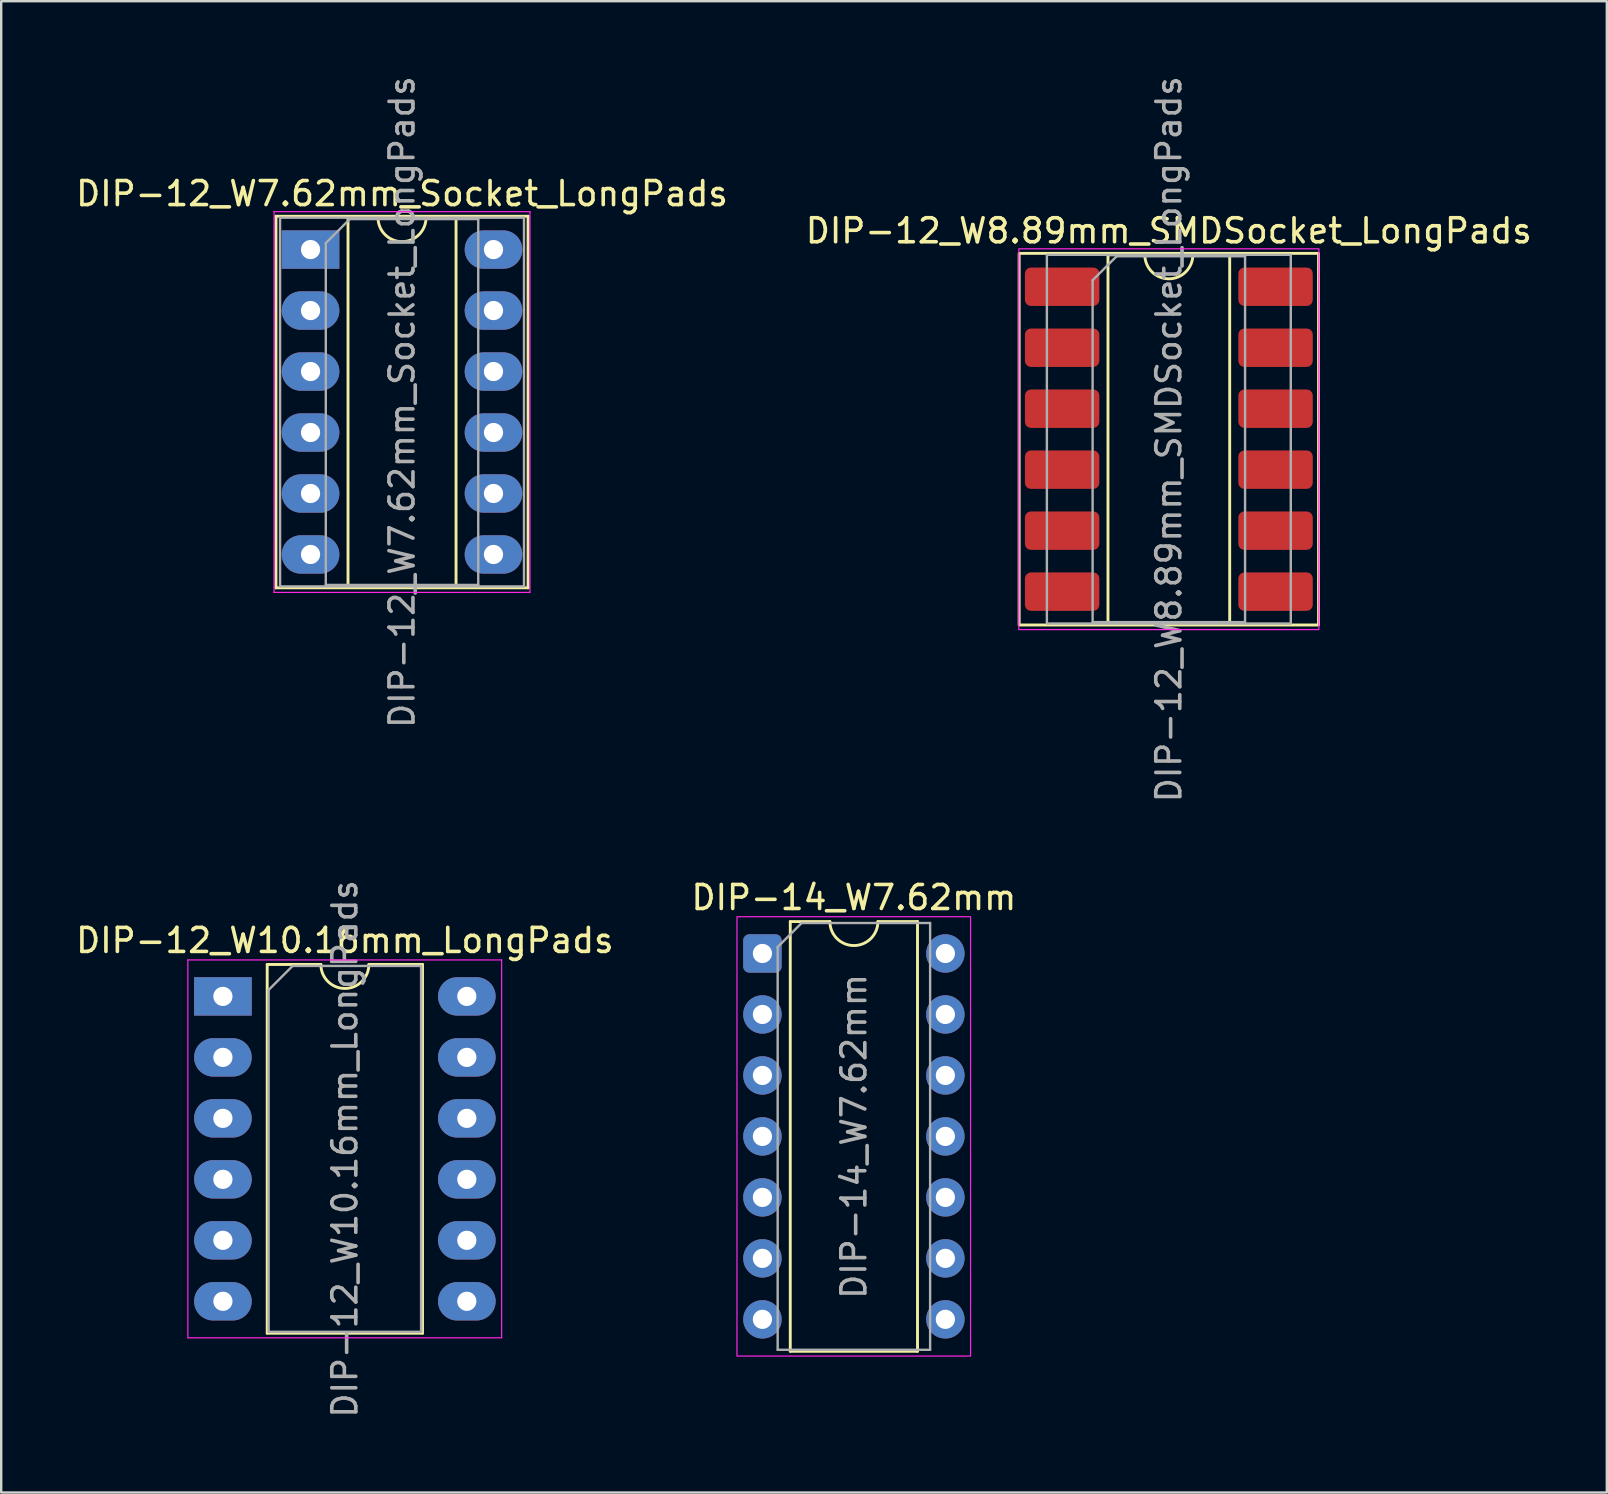
<source format=kicad_pcb>
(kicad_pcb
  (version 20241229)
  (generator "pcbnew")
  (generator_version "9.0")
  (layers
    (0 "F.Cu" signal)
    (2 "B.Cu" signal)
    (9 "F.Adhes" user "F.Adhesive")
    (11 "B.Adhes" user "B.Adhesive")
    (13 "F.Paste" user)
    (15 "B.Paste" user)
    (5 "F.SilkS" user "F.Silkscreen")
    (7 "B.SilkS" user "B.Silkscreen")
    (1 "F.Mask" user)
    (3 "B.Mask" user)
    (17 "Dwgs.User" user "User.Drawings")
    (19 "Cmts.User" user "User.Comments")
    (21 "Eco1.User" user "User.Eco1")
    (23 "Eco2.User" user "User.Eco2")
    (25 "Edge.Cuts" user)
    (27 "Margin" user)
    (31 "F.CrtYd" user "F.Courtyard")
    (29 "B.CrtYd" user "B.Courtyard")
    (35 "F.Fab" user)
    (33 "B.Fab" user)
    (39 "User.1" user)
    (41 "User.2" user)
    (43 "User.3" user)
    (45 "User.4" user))
  (footprint "DIP-12_W10.16mm_LongPads"
    (layer "F.Cu")
    (at 6.235 38.454)
    (property "Reference" "DIP-12_W10.16mm_LongPads" (at 5.08 -2.33 0) (layer "F.SilkS") (effects (font (size 1 1) (thickness 0.15))))
    (attr through_hole)
    (fp_line (start 1.845 -1.33) (end 1.845 14.03) (stroke (width 0.12) (type solid)) (layer "F.SilkS"))
    (fp_line (start 1.845 14.03) (end 8.315 14.03) (stroke (width 0.12) (type solid)) (layer "F.SilkS"))
    (fp_line (start 4.08 -1.33) (end 1.845 -1.33) (stroke (width 0.12) (type solid)) (layer "F.SilkS"))
    (fp_line (start 8.315 -1.33) (end 6.08 -1.33) (stroke (width 0.12) (type solid)) (layer "F.SilkS"))
    (fp_line (start 8.315 14.03) (end 8.315 -1.33) (stroke (width 0.12) (type solid)) (layer "F.SilkS"))
    (fp_arc (start 6.08 -1.33) (mid 5.08 -0.33) (end 4.08 -1.33) (stroke (width 0.12) (type solid)) (layer "F.SilkS"))
    (fp_line (start -1.46 -1.52) (end -1.46 14.22) (stroke (width 0.05) (type solid)) (layer "F.CrtYd"))
    (fp_line (start -1.46 14.22) (end 11.61 14.22) (stroke (width 0.05) (type solid)) (layer "F.CrtYd"))
    (fp_line (start 11.61 -1.52) (end -1.46 -1.52) (stroke (width 0.05) (type solid)) (layer "F.CrtYd"))
    (fp_line (start 11.61 14.22) (end 11.61 -1.52) (stroke (width 0.05) (type solid)) (layer "F.CrtYd"))
    (fp_line (start 1.905 -0.27) (end 2.905 -1.27) (stroke (width 0.1) (type solid)) (layer "F.Fab"))
    (fp_line (start 1.905 13.97) (end 1.905 -0.27) (stroke (width 0.1) (type solid)) (layer "F.Fab"))
    (fp_line (start 2.905 -1.27) (end 8.255 -1.27) (stroke (width 0.1) (type solid)) (layer "F.Fab"))
    (fp_line (start 8.255 -1.27) (end 8.255 13.97) (stroke (width 0.1) (type solid)) (layer "F.Fab"))
    (fp_line (start 8.255 13.97) (end 1.905 13.97) (stroke (width 0.1) (type solid)) (layer "F.Fab"))
    (fp_text user "${REFERENCE}" (at 5.08 6.35 90) (layer "F.Fab") (effects (font (size 1 1) (thickness 0.15))))
    (pad "1" thru_hole rect (at 0 0) (size 2.4 1.6) (drill 0.8) (layers "*.Cu" "*.Mask"))
    (pad "2" thru_hole oval (at 0 2.54) (size 2.4 1.6) (drill 0.8) (layers "*.Cu" "*.Mask"))
    (pad "3" thru_hole oval (at 0 5.08) (size 2.4 1.6) (drill 0.8) (layers "*.Cu" "*.Mask"))
    (pad "4" thru_hole oval (at 0 7.62) (size 2.4 1.6) (drill 0.8) (layers "*.Cu" "*.Mask"))
    (pad "5" thru_hole oval (at 0 10.16) (size 2.4 1.6) (drill 0.8) (layers "*.Cu" "*.Mask"))
    (pad "6" thru_hole oval (at 0 12.7) (size 2.4 1.6) (drill 0.8) (layers "*.Cu" "*.Mask"))
    (pad "7" thru_hole oval (at 10.16 12.7) (size 2.4 1.6) (drill 0.8) (layers "*.Cu" "*.Mask"))
    (pad "8" thru_hole oval (at 10.16 10.16) (size 2.4 1.6) (drill 0.8) (layers "*.Cu" "*.Mask"))
    (pad "9" thru_hole oval (at 10.16 7.62) (size 2.4 1.6) (drill 0.8) (layers "*.Cu" "*.Mask"))
    (pad "10" thru_hole oval (at 10.16 5.08) (size 2.4 1.6) (drill 0.8) (layers "*.Cu" "*.Mask"))
    (pad "11" thru_hole oval (at 10.16 2.54) (size 2.4 1.6) (drill 0.8) (layers "*.Cu" "*.Mask"))
    (pad "12" thru_hole oval (at 10.16 0) (size 2.4 1.6) (drill 0.8) (layers "*.Cu" "*.Mask")))
  (footprint "DIP-12_W8.89mm_SMDSocket_LongPads"
    (layer "F.Cu")
    (at 45.637 15.244)
    (property "Reference" "DIP-12_W8.89mm_SMDSocket_LongPads" (at 0 -8.68 0) (layer "F.SilkS") (effects (font (size 1 1) (thickness 0.15))))
    (attr smd)
    (fp_line (start -2.535 -7.68) (end -2.535 7.68) (stroke (width 0.12) (type solid)) (layer "F.SilkS"))
    (fp_line (start -2.535 7.68) (end 2.535 7.68) (stroke (width 0.12) (type solid)) (layer "F.SilkS"))
    (fp_line (start -1 -7.68) (end -2.535 -7.68) (stroke (width 0.12) (type solid)) (layer "F.SilkS"))
    (fp_line (start 2.535 -7.68) (end 1 -7.68) (stroke (width 0.12) (type solid)) (layer "F.SilkS"))
    (fp_line (start 2.535 7.68) (end 2.535 -7.68) (stroke (width 0.12) (type solid)) (layer "F.SilkS"))
    (fp_rect (start -6.235 -7.74) (end 6.235 7.74) (stroke (width 0.12) (type solid)) (fill no) (layer "F.SilkS"))
    (fp_arc (start 1 -7.68) (mid 0 -6.68) (end -1 -7.68) (stroke (width 0.12) (type solid)) (layer "F.SilkS"))
    (fp_rect (start -6.25 -7.93) (end 6.25 7.93) (stroke (width 0.05) (type solid)) (fill no) (layer "F.CrtYd"))
    (fp_line (start -3.175 -6.62) (end -2.175 -7.62) (stroke (width 0.1) (type solid)) (layer "F.Fab"))
    (fp_line (start -3.175 7.62) (end -3.175 -6.62) (stroke (width 0.1) (type solid)) (layer "F.Fab"))
    (fp_line (start -2.175 -7.62) (end 3.175 -7.62) (stroke (width 0.1) (type solid)) (layer "F.Fab"))
    (fp_line (start 3.175 -7.62) (end 3.175 7.62) (stroke (width 0.1) (type solid)) (layer "F.Fab"))
    (fp_line (start 3.175 7.62) (end -3.175 7.62) (stroke (width 0.1) (type solid)) (layer "F.Fab"))
    (fp_rect (start -5.08 -7.68) (end 5.08 7.68) (stroke (width 0.1) (type solid)) (fill no) (layer "F.Fab"))
    (fp_text user "${REFERENCE}" (at 0 0 90) (layer "F.Fab") (effects (font (size 1 1) (thickness 0.15))))
    (pad "1" smd roundrect (at -4.445 -6.35) (size 3.1 1.6) (layers "F.Cu" "F.Mask" "F.Paste") (roundrect_rratio 0.156))
    (pad "2" smd roundrect (at -4.445 -3.81) (size 3.1 1.6) (layers "F.Cu" "F.Mask" "F.Paste") (roundrect_rratio 0.156))
    (pad "3" smd roundrect (at -4.445 -1.27) (size 3.1 1.6) (layers "F.Cu" "F.Mask" "F.Paste") (roundrect_rratio 0.156))
    (pad "4" smd roundrect (at -4.445 1.27) (size 3.1 1.6) (layers "F.Cu" "F.Mask" "F.Paste") (roundrect_rratio 0.156))
    (pad "5" smd roundrect (at -4.445 3.81) (size 3.1 1.6) (layers "F.Cu" "F.Mask" "F.Paste") (roundrect_rratio 0.156))
    (pad "6" smd roundrect (at -4.445 6.35) (size 3.1 1.6) (layers "F.Cu" "F.Mask" "F.Paste") (roundrect_rratio 0.156))
    (pad "7" smd roundrect (at 4.445 6.35) (size 3.1 1.6) (layers "F.Cu" "F.Mask" "F.Paste") (roundrect_rratio 0.156))
    (pad "8" smd roundrect (at 4.445 3.81) (size 3.1 1.6) (layers "F.Cu" "F.Mask" "F.Paste") (roundrect_rratio 0.156))
    (pad "9" smd roundrect (at 4.445 1.27) (size 3.1 1.6) (layers "F.Cu" "F.Mask" "F.Paste") (roundrect_rratio 0.156))
    (pad "10" smd roundrect (at 4.445 -1.27) (size 3.1 1.6) (layers "F.Cu" "F.Mask" "F.Paste") (roundrect_rratio 0.156))
    (pad "11" smd roundrect (at 4.445 -3.81) (size 3.1 1.6) (layers "F.Cu" "F.Mask" "F.Paste") (roundrect_rratio 0.156))
    (pad "12" smd roundrect (at 4.445 -6.35) (size 3.1 1.6) (layers "F.Cu" "F.Mask" "F.Paste") (roundrect_rratio 0.156)))
  (footprint "DIP-12_W7.62mm_Socket_LongPads"
    (layer "F.Cu")
    (at 9.886 7.346)
    (property "Reference" "DIP-12_W7.62mm_Socket_LongPads" (at 3.81 -2.33 0) (layer "F.SilkS") (effects (font (size 1 1) (thickness 0.15))))
    (attr through_hole)
    (fp_line (start -1.44 -1.39) (end -1.44 14.09) (stroke (width 0.12) (type solid)) (layer "F.SilkS"))
    (fp_line (start -1.44 14.09) (end 9.06 14.09) (stroke (width 0.12) (type solid)) (layer "F.SilkS"))
    (fp_line (start 1.56 -1.33) (end 1.56 14.03) (stroke (width 0.12) (type solid)) (layer "F.SilkS"))
    (fp_line (start 1.56 14.03) (end 6.06 14.03) (stroke (width 0.12) (type solid)) (layer "F.SilkS"))
    (fp_line (start 2.81 -1.33) (end 1.56 -1.33) (stroke (width 0.12) (type solid)) (layer "F.SilkS"))
    (fp_line (start 6.06 -1.33) (end 4.81 -1.33) (stroke (width 0.12) (type solid)) (layer "F.SilkS"))
    (fp_line (start 6.06 14.03) (end 6.06 -1.33) (stroke (width 0.12) (type solid)) (layer "F.SilkS"))
    (fp_line (start 9.06 -1.39) (end -1.44 -1.39) (stroke (width 0.12) (type solid)) (layer "F.SilkS"))
    (fp_line (start 9.06 14.09) (end 9.06 -1.39) (stroke (width 0.12) (type solid)) (layer "F.SilkS"))
    (fp_arc (start 4.81 -1.33) (mid 3.81 -0.33) (end 2.81 -1.33) (stroke (width 0.12) (type solid)) (layer "F.SilkS"))
    (fp_line (start -1.52 -1.58) (end -1.52 14.28) (stroke (width 0.05) (type solid)) (layer "F.CrtYd"))
    (fp_line (start -1.52 14.28) (end 9.14 14.28) (stroke (width 0.05) (type solid)) (layer "F.CrtYd"))
    (fp_line (start 9.14 -1.58) (end -1.52 -1.58) (stroke (width 0.05) (type solid)) (layer "F.CrtYd"))
    (fp_line (start 9.14 14.28) (end 9.14 -1.58) (stroke (width 0.05) (type solid)) (layer "F.CrtYd"))
    (fp_line (start -1.27 -1.33) (end -1.27 14.03) (stroke (width 0.1) (type solid)) (layer "F.Fab"))
    (fp_line (start -1.27 14.03) (end 8.89 14.03) (stroke (width 0.1) (type solid)) (layer "F.Fab"))
    (fp_line (start 0.635 -0.27) (end 1.635 -1.27) (stroke (width 0.1) (type solid)) (layer "F.Fab"))
    (fp_line (start 0.635 13.97) (end 0.635 -0.27) (stroke (width 0.1) (type solid)) (layer "F.Fab"))
    (fp_line (start 1.635 -1.27) (end 6.985 -1.27) (stroke (width 0.1) (type solid)) (layer "F.Fab"))
    (fp_line (start 6.985 -1.27) (end 6.985 13.97) (stroke (width 0.1) (type solid)) (layer "F.Fab"))
    (fp_line (start 6.985 13.97) (end 0.635 13.97) (stroke (width 0.1) (type solid)) (layer "F.Fab"))
    (fp_line (start 8.89 -1.33) (end -1.27 -1.33) (stroke (width 0.1) (type solid)) (layer "F.Fab"))
    (fp_line (start 8.89 14.03) (end 8.89 -1.33) (stroke (width 0.1) (type solid)) (layer "F.Fab"))
    (fp_text user "${REFERENCE}" (at 3.81 6.35 90) (layer "F.Fab") (effects (font (size 1 1) (thickness 0.15))))
    (pad "1" thru_hole rect (at 0 0) (size 2.4 1.6) (drill 0.8) (layers "*.Cu" "*.Mask"))
    (pad "2" thru_hole oval (at 0 2.54) (size 2.4 1.6) (drill 0.8) (layers "*.Cu" "*.Mask"))
    (pad "3" thru_hole oval (at 0 5.08) (size 2.4 1.6) (drill 0.8) (layers "*.Cu" "*.Mask"))
    (pad "4" thru_hole oval (at 0 7.62) (size 2.4 1.6) (drill 0.8) (layers "*.Cu" "*.Mask"))
    (pad "5" thru_hole oval (at 0 10.16) (size 2.4 1.6) (drill 0.8) (layers "*.Cu" "*.Mask"))
    (pad "6" thru_hole oval (at 0 12.7) (size 2.4 1.6) (drill 0.8) (layers "*.Cu" "*.Mask"))
    (pad "7" thru_hole oval (at 7.62 12.7) (size 2.4 1.6) (drill 0.8) (layers "*.Cu" "*.Mask"))
    (pad "8" thru_hole oval (at 7.62 10.16) (size 2.4 1.6) (drill 0.8) (layers "*.Cu" "*.Mask"))
    (pad "9" thru_hole oval (at 7.62 7.62) (size 2.4 1.6) (drill 0.8) (layers "*.Cu" "*.Mask"))
    (pad "10" thru_hole oval (at 7.62 5.08) (size 2.4 1.6) (drill 0.8) (layers "*.Cu" "*.Mask"))
    (pad "11" thru_hole oval (at 7.62 2.54) (size 2.4 1.6) (drill 0.8) (layers "*.Cu" "*.Mask"))
    (pad "12" thru_hole oval (at 7.62 0) (size 2.4 1.6) (drill 0.8) (layers "*.Cu" "*.Mask")))
  (footprint "DIP-14_W7.62mm"
    (layer "F.Cu")
    (at 28.708 36.666)
    (property "Reference" "DIP-14_W7.62mm" (at 3.81 -2.33 0) (layer "F.SilkS") (effects (font (size 1 1) (thickness 0.15))))
    (attr through_hole)
    (fp_line (start 1.16 -1.33) (end 1.16 16.57) (stroke (width 0.12) (type solid)) (layer "F.SilkS"))
    (fp_line (start 1.16 16.57) (end 6.46 16.57) (stroke (width 0.12) (type solid)) (layer "F.SilkS"))
    (fp_line (start 2.81 -1.33) (end 1.16 -1.33) (stroke (width 0.12) (type solid)) (layer "F.SilkS"))
    (fp_line (start 6.46 -1.33) (end 4.81 -1.33) (stroke (width 0.12) (type solid)) (layer "F.SilkS"))
    (fp_line (start 6.46 16.57) (end 6.46 -1.33) (stroke (width 0.12) (type solid)) (layer "F.SilkS"))
    (fp_arc (start 4.81 -1.33) (mid 3.81 -0.33) (end 2.81 -1.33) (stroke (width 0.12) (type solid)) (layer "F.SilkS"))
    (fp_rect (start -1.06 -1.53) (end 8.67 16.77) (stroke (width 0.05) (type solid)) (fill no) (layer "F.CrtYd"))
    (fp_line (start 0.635 -0.27) (end 1.635 -1.27) (stroke (width 0.1) (type solid)) (layer "F.Fab"))
    (fp_line (start 0.635 16.51) (end 0.635 -0.27) (stroke (width 0.1) (type solid)) (layer "F.Fab"))
    (fp_line (start 1.635 -1.27) (end 6.985 -1.27) (stroke (width 0.1) (type solid)) (layer "F.Fab"))
    (fp_line (start 6.985 -1.27) (end 6.985 16.51) (stroke (width 0.1) (type solid)) (layer "F.Fab"))
    (fp_line (start 6.985 16.51) (end 0.635 16.51) (stroke (width 0.1) (type solid)) (layer "F.Fab"))
    (fp_text user "${REFERENCE}" (at 3.81 7.62 90) (layer "F.Fab") (effects (font (size 1 1) (thickness 0.15))))
    (pad "1" thru_hole roundrect (at 0 0) (size 1.6 1.6) (drill 0.8) (layers "*.Cu" "*.Mask") (roundrect_rratio 0.156))
    (pad "2" thru_hole circle (at 0 2.54) (size 1.6 1.6) (drill 0.8) (layers "*.Cu" "*.Mask"))
    (pad "3" thru_hole circle (at 0 5.08) (size 1.6 1.6) (drill 0.8) (layers "*.Cu" "*.Mask"))
    (pad "4" thru_hole circle (at 0 7.62) (size 1.6 1.6) (drill 0.8) (layers "*.Cu" "*.Mask"))
    (pad "5" thru_hole circle (at 0 10.16) (size 1.6 1.6) (drill 0.8) (layers "*.Cu" "*.Mask"))
    (pad "6" thru_hole circle (at 0 12.7) (size 1.6 1.6) (drill 0.8) (layers "*.Cu" "*.Mask"))
    (pad "7" thru_hole circle (at 0 15.24) (size 1.6 1.6) (drill 0.8) (layers "*.Cu" "*.Mask"))
    (pad "8" thru_hole circle (at 7.62 15.24) (size 1.6 1.6) (drill 0.8) (layers "*.Cu" "*.Mask"))
    (pad "9" thru_hole circle (at 7.62 12.7) (size 1.6 1.6) (drill 0.8) (layers "*.Cu" "*.Mask"))
    (pad "10" thru_hole circle (at 7.62 10.16) (size 1.6 1.6) (drill 0.8) (layers "*.Cu" "*.Mask"))
    (pad "11" thru_hole circle (at 7.62 7.62) (size 1.6 1.6) (drill 0.8) (layers "*.Cu" "*.Mask"))
    (pad "12" thru_hole circle (at 7.62 5.08) (size 1.6 1.6) (drill 0.8) (layers "*.Cu" "*.Mask"))
    (pad "13" thru_hole circle (at 7.62 2.54) (size 1.6 1.6) (drill 0.8) (layers "*.Cu" "*.Mask"))
    (pad "14" thru_hole circle (at 7.62 0) (size 1.6 1.6) (drill 0.8) (layers "*.Cu" "*.Mask")))
  (gr_rect
    (start -3 -3)
    (end 63.881 59.119)
    (stroke (width 0.1) (type default))
    (fill no)
    (layer "Edge.Cuts")))
</source>
